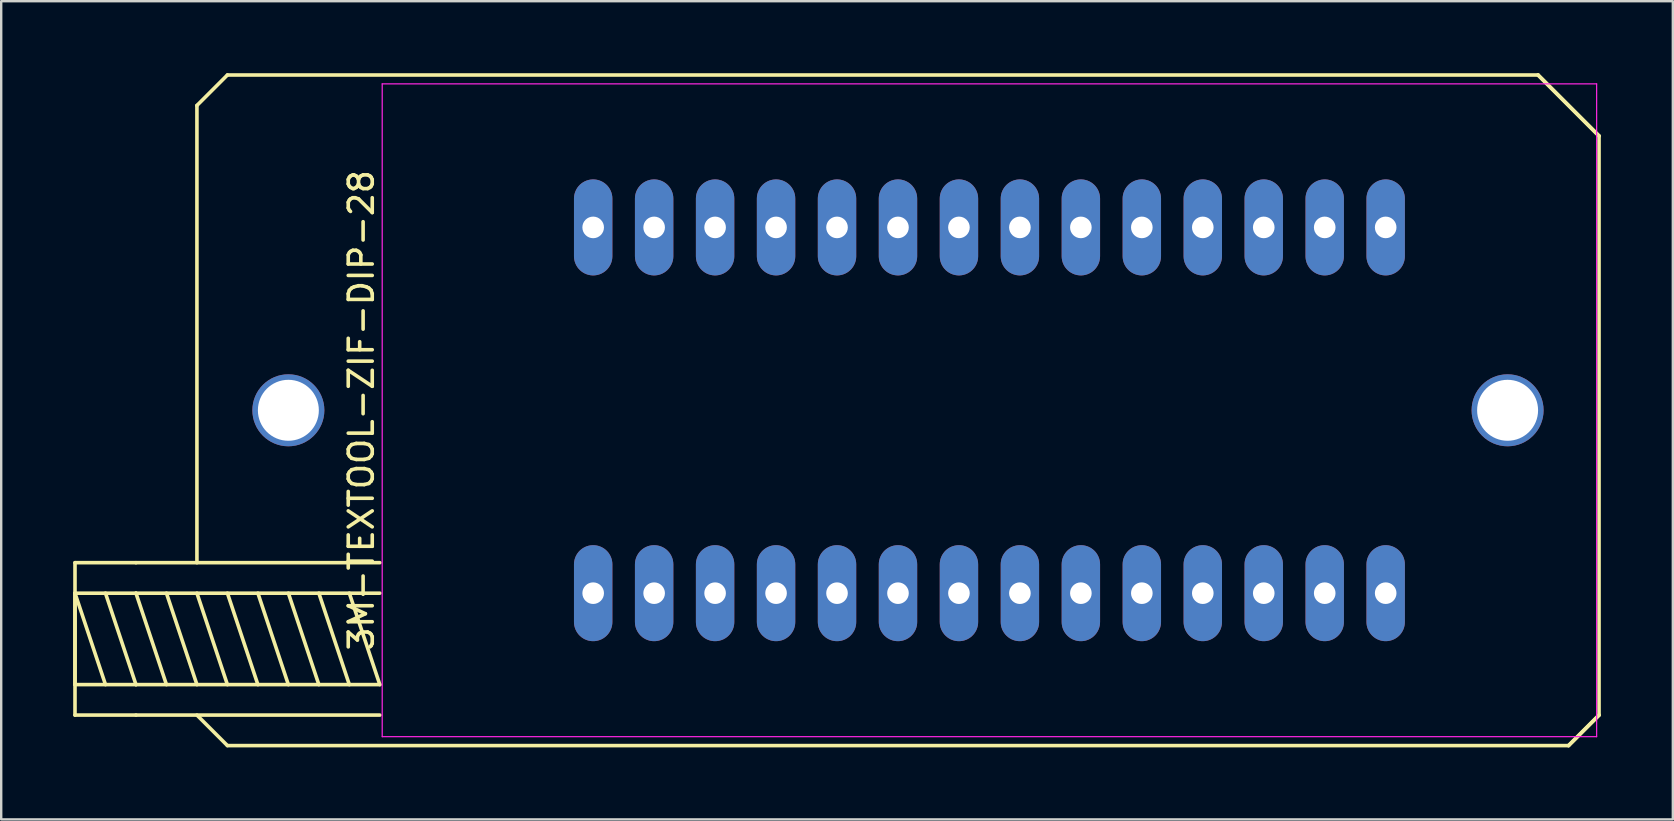
<source format=kicad_pcb>
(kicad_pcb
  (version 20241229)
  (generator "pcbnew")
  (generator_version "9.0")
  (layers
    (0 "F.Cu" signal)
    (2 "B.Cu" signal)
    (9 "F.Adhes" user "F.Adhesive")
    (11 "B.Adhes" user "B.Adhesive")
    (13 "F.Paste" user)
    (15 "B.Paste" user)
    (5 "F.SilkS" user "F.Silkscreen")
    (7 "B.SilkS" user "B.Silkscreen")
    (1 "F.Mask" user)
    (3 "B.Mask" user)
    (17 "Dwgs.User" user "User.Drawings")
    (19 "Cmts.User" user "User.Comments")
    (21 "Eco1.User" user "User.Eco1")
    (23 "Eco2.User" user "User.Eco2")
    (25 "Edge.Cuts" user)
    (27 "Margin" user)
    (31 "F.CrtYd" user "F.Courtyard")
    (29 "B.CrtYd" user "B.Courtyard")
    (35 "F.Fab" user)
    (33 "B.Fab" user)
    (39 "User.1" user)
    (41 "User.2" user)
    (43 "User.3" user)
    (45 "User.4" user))
  (footprint "3M-TEXTOOL-ZIF-DIP-28"
    (layer "F.Cu")
    (at 38.175 14.045)
    (property "Reference" "3M-TEXTOOL-ZIF-DIP-28" (at -26.17 0 90) (layer "F.SilkS") (effects (font (size 1 1) (thickness 0.15))))
    (attr through_hole)
    (fp_line (start -38.1 6.35) (end -38.1 7.62) (stroke (width 0.15) (type solid)) (layer "F.SilkS"))
    (fp_line (start -38.1 7.62) (end -38.1 11.43) (stroke (width 0.15) (type solid)) (layer "F.SilkS"))
    (fp_line (start -38.1 7.62) (end -38.1 12.7) (stroke (width 0.15) (type solid)) (layer "F.SilkS"))
    (fp_line (start -38.1 7.62) (end -36.83 11.43) (stroke (width 0.15) (type solid)) (layer "F.SilkS"))
    (fp_line (start -38.1 11.43) (end -35.56 11.43) (stroke (width 0.15) (type solid)) (layer "F.SilkS"))
    (fp_line (start -38.1 12.7) (end -35.56 12.7) (stroke (width 0.15) (type solid)) (layer "F.SilkS"))
    (fp_line (start -36.83 7.62) (end -35.56 11.43) (stroke (width 0.15) (type solid)) (layer "F.SilkS"))
    (fp_line (start -35.56 6.35) (end -38.1 6.35) (stroke (width 0.15) (type solid)) (layer "F.SilkS"))
    (fp_line (start -35.56 6.35) (end -25.4 6.35) (stroke (width 0.15) (type solid)) (layer "F.SilkS"))
    (fp_line (start -35.56 7.62) (end -38.1 7.62) (stroke (width 0.15) (type solid)) (layer "F.SilkS"))
    (fp_line (start -35.56 7.62) (end -34.29 11.43) (stroke (width 0.15) (type solid)) (layer "F.SilkS"))
    (fp_line (start -35.56 7.62) (end -25.4 7.62) (stroke (width 0.15) (type solid)) (layer "F.SilkS"))
    (fp_line (start -35.56 11.43) (end -25.4 11.43) (stroke (width 0.15) (type solid)) (layer "F.SilkS"))
    (fp_line (start -35.56 12.7) (end -25.4 12.7) (stroke (width 0.15) (type solid)) (layer "F.SilkS"))
    (fp_line (start -34.29 7.62) (end -33.02 11.43) (stroke (width 0.15) (type solid)) (layer "F.SilkS"))
    (fp_line (start -33.02 -12.7) (end -33.02 6.35) (stroke (width 0.15) (type solid)) (layer "F.SilkS"))
    (fp_line (start -33.02 -12.7) (end -31.75 -13.97) (stroke (width 0.15) (type solid)) (layer "F.SilkS"))
    (fp_line (start -33.02 7.62) (end -31.75 11.43) (stroke (width 0.15) (type solid)) (layer "F.SilkS"))
    (fp_line (start -33.02 12.7) (end -31.75 13.97) (stroke (width 0.15) (type solid)) (layer "F.SilkS"))
    (fp_line (start -31.75 -13.97) (end 22.86 -13.97) (stroke (width 0.15) (type solid)) (layer "F.SilkS"))
    (fp_line (start -31.75 7.62) (end -30.48 11.43) (stroke (width 0.15) (type solid)) (layer "F.SilkS"))
    (fp_line (start -30.48 7.62) (end -29.21 11.43) (stroke (width 0.15) (type solid)) (layer "F.SilkS"))
    (fp_line (start -29.21 7.62) (end -27.94 11.43) (stroke (width 0.15) (type solid)) (layer "F.SilkS"))
    (fp_line (start -27.94 7.62) (end -26.67 11.43) (stroke (width 0.15) (type solid)) (layer "F.SilkS"))
    (fp_line (start -26.67 7.62) (end -25.4 11.43) (stroke (width 0.15) (type solid)) (layer "F.SilkS"))
    (fp_line (start 22.86 -13.97) (end 25.4 -11.43) (stroke (width 0.15) (type solid)) (layer "F.SilkS"))
    (fp_line (start 22.86 -13.97) (end 25.4 -11.43) (stroke (width 0.15) (type solid)) (layer "F.SilkS"))
    (fp_line (start 24.13 13.97) (end -31.75 13.97) (stroke (width 0.15) (type solid)) (layer "F.SilkS"))
    (fp_line (start 25.4 -11.43) (end 25.4 12.7) (stroke (width 0.15) (type solid)) (layer "F.SilkS"))
    (fp_line (start 25.4 12.7) (end 24.13 13.97) (stroke (width 0.15) (type solid)) (layer "F.SilkS"))
    (fp_line (start 25.4 12.7) (end 24.13 13.97) (stroke (width 0.15) (type solid)) (layer "F.SilkS"))
    (fp_line (start -25.3 -13.6) (end 25.3 -13.6) (stroke (width 0.05) (type solid)) (layer "F.CrtYd"))
    (fp_line (start -25.3 13.6) (end -25.3 -13.6) (stroke (width 0.05) (type solid)) (layer "F.CrtYd"))
    (fp_line (start 25.3 -13.6) (end 25.3 13.6) (stroke (width 0.05) (type solid)) (layer "F.CrtYd"))
    (fp_line (start 25.3 13.6) (end -25.3 13.6) (stroke (width 0.05) (type solid)) (layer "F.CrtYd"))
    (pad "" np_thru_hole circle (at -29.21 0) (size 3 3) (drill 2.54) (layers "*.Cu" "*.Mask"))
    (pad "" np_thru_hole circle (at 21.59 0) (size 3 3) (drill 2.54) (layers "*.Cu" "*.Mask"))
    (pad "1" thru_hole oval (at -16.51 7.62) (size 1.6 4) (drill 0.9) (layers "*.Cu" "*.Mask"))
    (pad "2" thru_hole oval (at -13.97 7.62) (size 1.6 4) (drill 0.9) (layers "*.Cu" "*.Mask"))
    (pad "3" thru_hole oval (at -11.43 7.62) (size 1.6 4) (drill 0.9) (layers "*.Cu" "*.Mask"))
    (pad "4" thru_hole oval (at -8.89 7.62) (size 1.6 4) (drill 0.9) (layers "*.Cu" "*.Mask"))
    (pad "5" thru_hole oval (at -6.35 7.62) (size 1.6 4) (drill 0.9) (layers "*.Cu" "*.Mask"))
    (pad "6" thru_hole oval (at -3.81 7.62) (size 1.6 4) (drill 0.9) (layers "*.Cu" "*.Mask"))
    (pad "7" thru_hole oval (at -1.27 7.62) (size 1.6 4) (drill 0.9) (layers "*.Cu" "*.Mask"))
    (pad "8" thru_hole oval (at 1.27 7.62) (size 1.6 4) (drill 0.9) (layers "*.Cu" "*.Mask"))
    (pad "9" thru_hole oval (at 3.81 7.62) (size 1.6 4) (drill 0.9) (layers "*.Cu" "*.Mask"))
    (pad "10" thru_hole oval (at 6.35 7.62) (size 1.6 4) (drill 0.9) (layers "*.Cu" "*.Mask"))
    (pad "11" thru_hole oval (at 8.89 7.62) (size 1.6 4) (drill 0.9) (layers "*.Cu" "*.Mask"))
    (pad "12" thru_hole oval (at 11.43 7.62) (size 1.6 4) (drill 0.9) (layers "*.Cu" "*.Mask"))
    (pad "13" thru_hole oval (at 13.97 7.62) (size 1.6 4) (drill 0.9) (layers "*.Cu" "*.Mask"))
    (pad "14" thru_hole oval (at 16.51 7.62) (size 1.6 4) (drill 0.9) (layers "*.Cu" "*.Mask"))
    (pad "15" thru_hole oval (at 16.51 -7.62) (size 1.6 4) (drill 0.9) (layers "*.Cu" "*.Mask"))
    (pad "16" thru_hole oval (at 13.97 -7.62) (size 1.6 4) (drill 0.9) (layers "*.Cu" "*.Mask"))
    (pad "17" thru_hole oval (at 11.43 -7.62) (size 1.6 4) (drill 0.9) (layers "*.Cu" "*.Mask"))
    (pad "18" thru_hole oval (at 8.89 -7.62) (size 1.6 4) (drill 0.9) (layers "*.Cu" "*.Mask"))
    (pad "19" thru_hole oval (at 6.35 -7.62) (size 1.6 4) (drill 0.9) (layers "*.Cu" "*.Mask"))
    (pad "20" thru_hole oval (at 3.81 -7.62) (size 1.6 4) (drill 0.9) (layers "*.Cu" "*.Mask"))
    (pad "21" thru_hole oval (at 1.27 -7.62) (size 1.6 4) (drill 0.9) (layers "*.Cu" "*.Mask"))
    (pad "22" thru_hole oval (at -1.27 -7.62) (size 1.6 4) (drill 0.9) (layers "*.Cu" "*.Mask"))
    (pad "23" thru_hole oval (at -3.81 -7.62) (size 1.6 4) (drill 0.9) (layers "*.Cu" "*.Mask"))
    (pad "24" thru_hole oval (at -6.35 -7.62) (size 1.6 4) (drill 0.9) (layers "*.Cu" "*.Mask"))
    (pad "25" thru_hole oval (at -8.89 -7.62) (size 1.6 4) (drill 0.9) (layers "*.Cu" "*.Mask"))
    (pad "26" thru_hole oval (at -11.43 -7.62) (size 1.6 4) (drill 0.9) (layers "*.Cu" "*.Mask"))
    (pad "27" thru_hole oval (at -13.97 -7.62) (size 1.6 4) (drill 0.9) (layers "*.Cu" "*.Mask"))
    (pad "28" thru_hole oval (at -16.51 -7.62) (size 1.6 4) (drill 0.9) (layers "*.Cu" "*.Mask")))
  (gr_rect
    (start -3 -3)
    (end 66.65 31.09)
    (stroke (width 0.1) (type default))
    (fill no)
    (layer "Edge.Cuts")))
</source>
